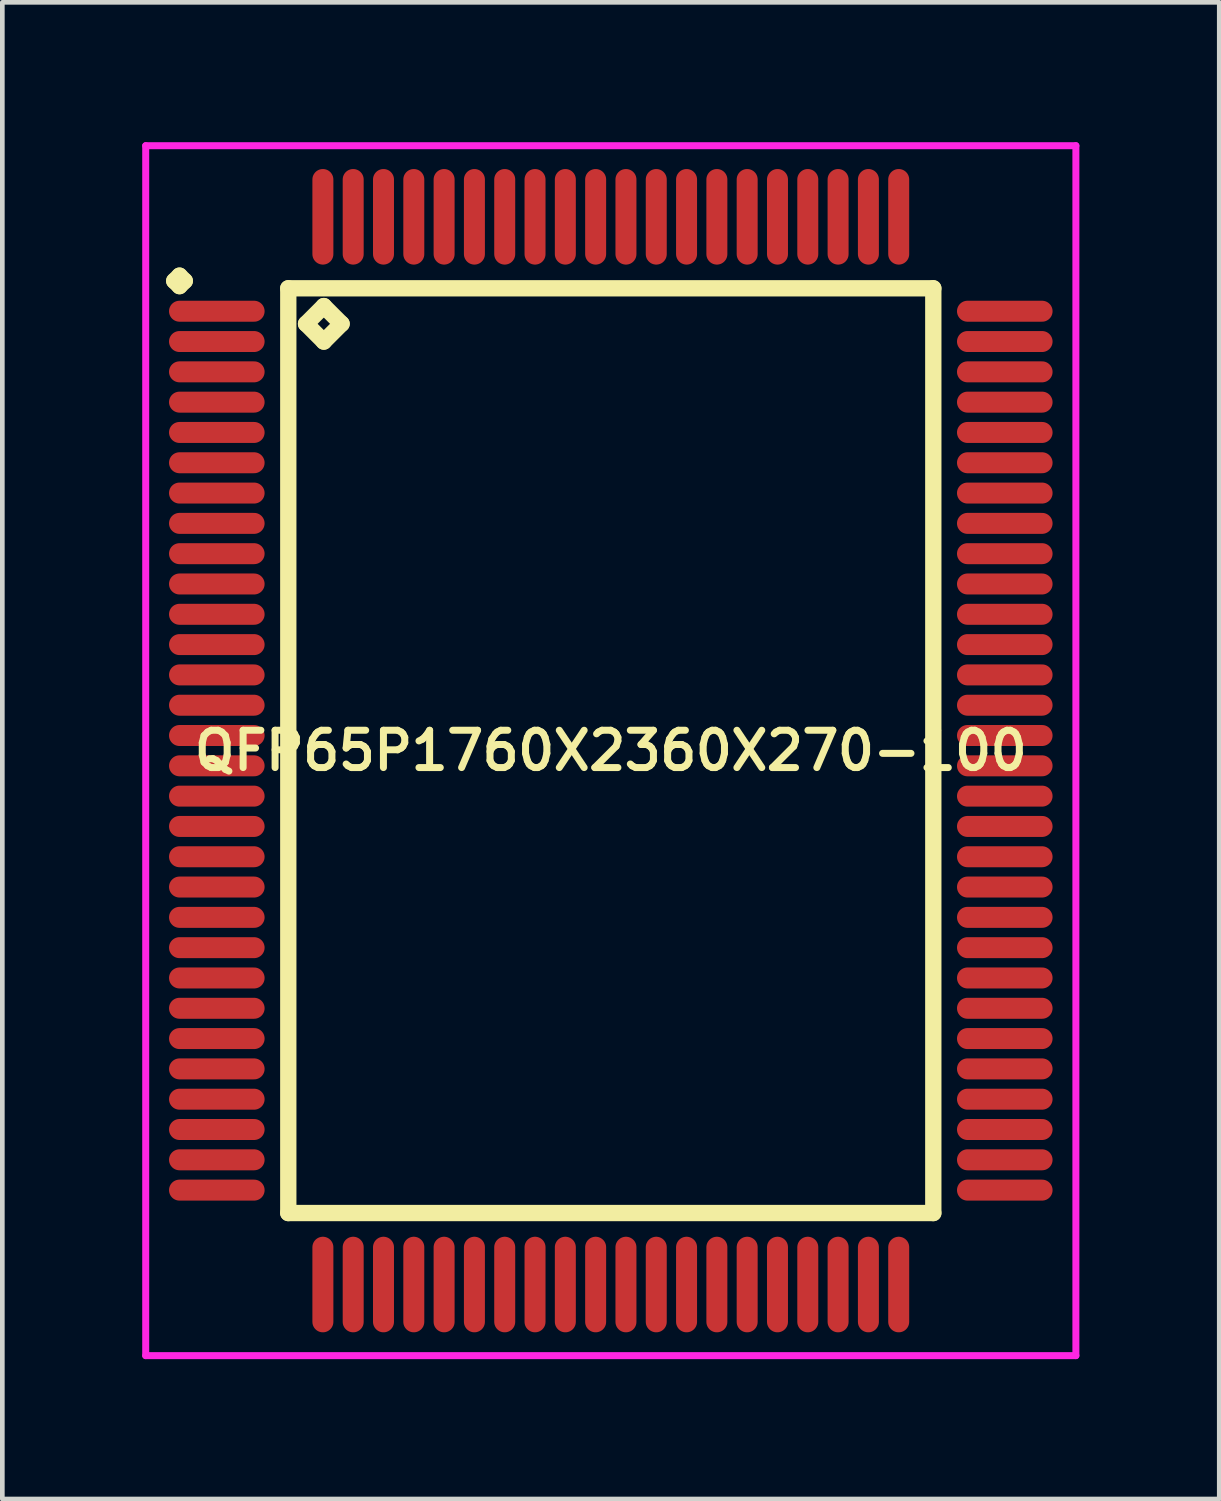
<source format=kicad_pcb>
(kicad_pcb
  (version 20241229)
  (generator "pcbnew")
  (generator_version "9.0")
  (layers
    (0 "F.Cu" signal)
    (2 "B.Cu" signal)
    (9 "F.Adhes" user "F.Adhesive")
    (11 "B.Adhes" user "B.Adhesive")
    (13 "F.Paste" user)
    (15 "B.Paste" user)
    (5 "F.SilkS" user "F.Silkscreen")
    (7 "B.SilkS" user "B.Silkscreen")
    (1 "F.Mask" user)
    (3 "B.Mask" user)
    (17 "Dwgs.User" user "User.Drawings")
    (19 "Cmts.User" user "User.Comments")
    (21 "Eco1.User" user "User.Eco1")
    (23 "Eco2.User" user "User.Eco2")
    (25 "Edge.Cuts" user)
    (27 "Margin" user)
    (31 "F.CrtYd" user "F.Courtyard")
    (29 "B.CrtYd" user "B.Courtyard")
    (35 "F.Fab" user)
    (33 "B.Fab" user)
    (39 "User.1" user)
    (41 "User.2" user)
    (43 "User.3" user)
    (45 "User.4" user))
  (footprint "QFP65P1760X2360X270-100"
    (layer "F.Cu")
    (at 10.05 13.05)
    (property "Reference" "QFP65P1760X2360X270-100" (at 0 0 0) (layer "F.SilkS") (effects (font (size 0.8 0.8) (thickness 0.15))))
    (attr through_hole)
    (fp_line (start -9.363 -10.075) (end -9.25 -10.188) (stroke (width 0.35) (type solid)) (layer "F.SilkS"))
    (fp_line (start -9.25 -10.188) (end -9.137 -10.075) (stroke (width 0.35) (type solid)) (layer "F.SilkS"))
    (fp_line (start -9.25 -9.963) (end -9.363 -10.075) (stroke (width 0.35) (type solid)) (layer "F.SilkS"))
    (fp_line (start -9.137 -10.075) (end -9.25 -9.963) (stroke (width 0.35) (type solid)) (layer "F.SilkS"))
    (fp_line (start -6.917 -9.917) (end -6.917 9.917) (stroke (width 0.35) (type solid)) (layer "F.SilkS"))
    (fp_line (start -6.917 9.917) (end 6.917 9.917) (stroke (width 0.35) (type solid)) (layer "F.SilkS"))
    (fp_line (start -6.536 -9.155) (end -6.155 -9.536) (stroke (width 0.35) (type solid)) (layer "F.SilkS"))
    (fp_line (start -6.155 -9.536) (end -5.774 -9.155) (stroke (width 0.35) (type solid)) (layer "F.SilkS"))
    (fp_line (start -6.155 -8.774) (end -6.536 -9.155) (stroke (width 0.35) (type solid)) (layer "F.SilkS"))
    (fp_line (start -5.774 -9.155) (end -6.155 -8.774) (stroke (width 0.35) (type solid)) (layer "F.SilkS"))
    (fp_line (start 6.917 -9.917) (end -6.917 -9.917) (stroke (width 0.35) (type solid)) (layer "F.SilkS"))
    (fp_line (start 6.917 9.917) (end 6.917 -9.917) (stroke (width 0.35) (type solid)) (layer "F.SilkS"))
    (fp_line (start -9.975 -12.975) (end 9.975 -12.975) (stroke (width 0.15) (type solid)) (layer "F.CrtYd"))
    (fp_line (start -9.975 12.975) (end -9.975 -12.975) (stroke (width 0.15) (type solid)) (layer "F.CrtYd"))
    (fp_line (start 9.975 -12.975) (end 9.975 12.975) (stroke (width 0.15) (type solid)) (layer "F.CrtYd"))
    (fp_line (start 9.975 12.975) (end -9.975 12.975) (stroke (width 0.15) (type solid)) (layer "F.CrtYd"))
    (pad "1" smd oval (at -8.45 -9.425) (size 2.05 0.45) (layers "F.Cu" "F.Mask" "F.Paste"))
    (pad "2" smd oval (at -8.45 -8.775) (size 2.05 0.45) (layers "F.Cu" "F.Mask" "F.Paste"))
    (pad "3" smd oval (at -8.45 -8.125) (size 2.05 0.45) (layers "F.Cu" "F.Mask" "F.Paste"))
    (pad "4" smd oval (at -8.45 -7.475) (size 2.05 0.45) (layers "F.Cu" "F.Mask" "F.Paste"))
    (pad "5" smd oval (at -8.45 -6.825) (size 2.05 0.45) (layers "F.Cu" "F.Mask" "F.Paste"))
    (pad "6" smd oval (at -8.45 -6.175) (size 2.05 0.45) (layers "F.Cu" "F.Mask" "F.Paste"))
    (pad "7" smd oval (at -8.45 -5.525) (size 2.05 0.45) (layers "F.Cu" "F.Mask" "F.Paste"))
    (pad "8" smd oval (at -8.45 -4.875) (size 2.05 0.45) (layers "F.Cu" "F.Mask" "F.Paste"))
    (pad "9" smd oval (at -8.45 -4.225) (size 2.05 0.45) (layers "F.Cu" "F.Mask" "F.Paste"))
    (pad "10" smd oval (at -8.45 -3.575) (size 2.05 0.45) (layers "F.Cu" "F.Mask" "F.Paste"))
    (pad "11" smd oval (at -8.45 -2.925) (size 2.05 0.45) (layers "F.Cu" "F.Mask" "F.Paste"))
    (pad "12" smd oval (at -8.45 -2.275) (size 2.05 0.45) (layers "F.Cu" "F.Mask" "F.Paste"))
    (pad "13" smd oval (at -8.45 -1.625) (size 2.05 0.45) (layers "F.Cu" "F.Mask" "F.Paste"))
    (pad "14" smd oval (at -8.45 -0.975) (size 2.05 0.45) (layers "F.Cu" "F.Mask" "F.Paste"))
    (pad "15" smd oval (at -8.45 -0.325) (size 2.05 0.45) (layers "F.Cu" "F.Mask" "F.Paste"))
    (pad "16" smd oval (at -8.45 0.325) (size 2.05 0.45) (layers "F.Cu" "F.Mask" "F.Paste"))
    (pad "17" smd oval (at -8.45 0.975) (size 2.05 0.45) (layers "F.Cu" "F.Mask" "F.Paste"))
    (pad "18" smd oval (at -8.45 1.625) (size 2.05 0.45) (layers "F.Cu" "F.Mask" "F.Paste"))
    (pad "19" smd oval (at -8.45 2.275) (size 2.05 0.45) (layers "F.Cu" "F.Mask" "F.Paste"))
    (pad "20" smd oval (at -8.45 2.925) (size 2.05 0.45) (layers "F.Cu" "F.Mask" "F.Paste"))
    (pad "21" smd oval (at -8.45 3.575) (size 2.05 0.45) (layers "F.Cu" "F.Mask" "F.Paste"))
    (pad "22" smd oval (at -8.45 4.225) (size 2.05 0.45) (layers "F.Cu" "F.Mask" "F.Paste"))
    (pad "23" smd oval (at -8.45 4.875) (size 2.05 0.45) (layers "F.Cu" "F.Mask" "F.Paste"))
    (pad "24" smd oval (at -8.45 5.525) (size 2.05 0.45) (layers "F.Cu" "F.Mask" "F.Paste"))
    (pad "25" smd oval (at -8.45 6.175) (size 2.05 0.45) (layers "F.Cu" "F.Mask" "F.Paste"))
    (pad "26" smd oval (at -8.45 6.825) (size 2.05 0.45) (layers "F.Cu" "F.Mask" "F.Paste"))
    (pad "27" smd oval (at -8.45 7.475) (size 2.05 0.45) (layers "F.Cu" "F.Mask" "F.Paste"))
    (pad "28" smd oval (at -8.45 8.125) (size 2.05 0.45) (layers "F.Cu" "F.Mask" "F.Paste"))
    (pad "29" smd oval (at -8.45 8.775) (size 2.05 0.45) (layers "F.Cu" "F.Mask" "F.Paste"))
    (pad "30" smd oval (at -8.45 9.425) (size 2.05 0.45) (layers "F.Cu" "F.Mask" "F.Paste"))
    (pad "31" smd oval (at -6.175 11.45) (size 0.45 2.05) (layers "F.Cu" "F.Mask" "F.Paste"))
    (pad "32" smd oval (at -5.525 11.45) (size 0.45 2.05) (layers "F.Cu" "F.Mask" "F.Paste"))
    (pad "33" smd oval (at -4.875 11.45) (size 0.45 2.05) (layers "F.Cu" "F.Mask" "F.Paste"))
    (pad "34" smd oval (at -4.225 11.45) (size 0.45 2.05) (layers "F.Cu" "F.Mask" "F.Paste"))
    (pad "35" smd oval (at -3.575 11.45) (size 0.45 2.05) (layers "F.Cu" "F.Mask" "F.Paste"))
    (pad "36" smd oval (at -2.925 11.45) (size 0.45 2.05) (layers "F.Cu" "F.Mask" "F.Paste"))
    (pad "37" smd oval (at -2.275 11.45) (size 0.45 2.05) (layers "F.Cu" "F.Mask" "F.Paste"))
    (pad "38" smd oval (at -1.625 11.45) (size 0.45 2.05) (layers "F.Cu" "F.Mask" "F.Paste"))
    (pad "39" smd oval (at -0.975 11.45) (size 0.45 2.05) (layers "F.Cu" "F.Mask" "F.Paste"))
    (pad "40" smd oval (at -0.325 11.45) (size 0.45 2.05) (layers "F.Cu" "F.Mask" "F.Paste"))
    (pad "41" smd oval (at 0.325 11.45) (size 0.45 2.05) (layers "F.Cu" "F.Mask" "F.Paste"))
    (pad "42" smd oval (at 0.975 11.45) (size 0.45 2.05) (layers "F.Cu" "F.Mask" "F.Paste"))
    (pad "43" smd oval (at 1.625 11.45) (size 0.45 2.05) (layers "F.Cu" "F.Mask" "F.Paste"))
    (pad "44" smd oval (at 2.275 11.45) (size 0.45 2.05) (layers "F.Cu" "F.Mask" "F.Paste"))
    (pad "45" smd oval (at 2.925 11.45) (size 0.45 2.05) (layers "F.Cu" "F.Mask" "F.Paste"))
    (pad "46" smd oval (at 3.575 11.45) (size 0.45 2.05) (layers "F.Cu" "F.Mask" "F.Paste"))
    (pad "47" smd oval (at 4.225 11.45) (size 0.45 2.05) (layers "F.Cu" "F.Mask" "F.Paste"))
    (pad "48" smd oval (at 4.875 11.45) (size 0.45 2.05) (layers "F.Cu" "F.Mask" "F.Paste"))
    (pad "49" smd oval (at 5.525 11.45) (size 0.45 2.05) (layers "F.Cu" "F.Mask" "F.Paste"))
    (pad "50" smd oval (at 6.175 11.45) (size 0.45 2.05) (layers "F.Cu" "F.Mask" "F.Paste"))
    (pad "51" smd oval (at 8.45 9.425) (size 2.05 0.45) (layers "F.Cu" "F.Mask" "F.Paste"))
    (pad "52" smd oval (at 8.45 8.775) (size 2.05 0.45) (layers "F.Cu" "F.Mask" "F.Paste"))
    (pad "53" smd oval (at 8.45 8.125) (size 2.05 0.45) (layers "F.Cu" "F.Mask" "F.Paste"))
    (pad "54" smd oval (at 8.45 7.475) (size 2.05 0.45) (layers "F.Cu" "F.Mask" "F.Paste"))
    (pad "55" smd oval (at 8.45 6.825) (size 2.05 0.45) (layers "F.Cu" "F.Mask" "F.Paste"))
    (pad "56" smd oval (at 8.45 6.175) (size 2.05 0.45) (layers "F.Cu" "F.Mask" "F.Paste"))
    (pad "57" smd oval (at 8.45 5.525) (size 2.05 0.45) (layers "F.Cu" "F.Mask" "F.Paste"))
    (pad "58" smd oval (at 8.45 4.875) (size 2.05 0.45) (layers "F.Cu" "F.Mask" "F.Paste"))
    (pad "59" smd oval (at 8.45 4.225) (size 2.05 0.45) (layers "F.Cu" "F.Mask" "F.Paste"))
    (pad "60" smd oval (at 8.45 3.575) (size 2.05 0.45) (layers "F.Cu" "F.Mask" "F.Paste"))
    (pad "61" smd oval (at 8.45 2.925) (size 2.05 0.45) (layers "F.Cu" "F.Mask" "F.Paste"))
    (pad "62" smd oval (at 8.45 2.275) (size 2.05 0.45) (layers "F.Cu" "F.Mask" "F.Paste"))
    (pad "63" smd oval (at 8.45 1.625) (size 2.05 0.45) (layers "F.Cu" "F.Mask" "F.Paste"))
    (pad "64" smd oval (at 8.45 0.975) (size 2.05 0.45) (layers "F.Cu" "F.Mask" "F.Paste"))
    (pad "65" smd oval (at 8.45 0.325) (size 2.05 0.45) (layers "F.Cu" "F.Mask" "F.Paste"))
    (pad "66" smd oval (at 8.45 -0.325) (size 2.05 0.45) (layers "F.Cu" "F.Mask" "F.Paste"))
    (pad "67" smd oval (at 8.45 -0.975) (size 2.05 0.45) (layers "F.Cu" "F.Mask" "F.Paste"))
    (pad "68" smd oval (at 8.45 -1.625) (size 2.05 0.45) (layers "F.Cu" "F.Mask" "F.Paste"))
    (pad "69" smd oval (at 8.45 -2.275) (size 2.05 0.45) (layers "F.Cu" "F.Mask" "F.Paste"))
    (pad "70" smd oval (at 8.45 -2.925) (size 2.05 0.45) (layers "F.Cu" "F.Mask" "F.Paste"))
    (pad "71" smd oval (at 8.45 -3.575) (size 2.05 0.45) (layers "F.Cu" "F.Mask" "F.Paste"))
    (pad "72" smd oval (at 8.45 -4.225) (size 2.05 0.45) (layers "F.Cu" "F.Mask" "F.Paste"))
    (pad "73" smd oval (at 8.45 -4.875) (size 2.05 0.45) (layers "F.Cu" "F.Mask" "F.Paste"))
    (pad "74" smd oval (at 8.45 -5.525) (size 2.05 0.45) (layers "F.Cu" "F.Mask" "F.Paste"))
    (pad "75" smd oval (at 8.45 -6.175) (size 2.05 0.45) (layers "F.Cu" "F.Mask" "F.Paste"))
    (pad "76" smd oval (at 8.45 -6.825) (size 2.05 0.45) (layers "F.Cu" "F.Mask" "F.Paste"))
    (pad "77" smd oval (at 8.45 -7.475) (size 2.05 0.45) (layers "F.Cu" "F.Mask" "F.Paste"))
    (pad "78" smd oval (at 8.45 -8.125) (size 2.05 0.45) (layers "F.Cu" "F.Mask" "F.Paste"))
    (pad "79" smd oval (at 8.45 -8.775) (size 2.05 0.45) (layers "F.Cu" "F.Mask" "F.Paste"))
    (pad "80" smd oval (at 8.45 -9.425) (size 2.05 0.45) (layers "F.Cu" "F.Mask" "F.Paste"))
    (pad "81" smd oval (at 6.175 -11.45) (size 0.45 2.05) (layers "F.Cu" "F.Mask" "F.Paste"))
    (pad "82" smd oval (at 5.525 -11.45) (size 0.45 2.05) (layers "F.Cu" "F.Mask" "F.Paste"))
    (pad "83" smd oval (at 4.875 -11.45) (size 0.45 2.05) (layers "F.Cu" "F.Mask" "F.Paste"))
    (pad "84" smd oval (at 4.225 -11.45) (size 0.45 2.05) (layers "F.Cu" "F.Mask" "F.Paste"))
    (pad "85" smd oval (at 3.575 -11.45) (size 0.45 2.05) (layers "F.Cu" "F.Mask" "F.Paste"))
    (pad "86" smd oval (at 2.925 -11.45) (size 0.45 2.05) (layers "F.Cu" "F.Mask" "F.Paste"))
    (pad "87" smd oval (at 2.275 -11.45) (size 0.45 2.05) (layers "F.Cu" "F.Mask" "F.Paste"))
    (pad "88" smd oval (at 1.625 -11.45) (size 0.45 2.05) (layers "F.Cu" "F.Mask" "F.Paste"))
    (pad "89" smd oval (at 0.975 -11.45) (size 0.45 2.05) (layers "F.Cu" "F.Mask" "F.Paste"))
    (pad "90" smd oval (at 0.325 -11.45) (size 0.45 2.05) (layers "F.Cu" "F.Mask" "F.Paste"))
    (pad "91" smd oval (at -0.325 -11.45) (size 0.45 2.05) (layers "F.Cu" "F.Mask" "F.Paste"))
    (pad "92" smd oval (at -0.975 -11.45) (size 0.45 2.05) (layers "F.Cu" "F.Mask" "F.Paste"))
    (pad "93" smd oval (at -1.625 -11.45) (size 0.45 2.05) (layers "F.Cu" "F.Mask" "F.Paste"))
    (pad "94" smd oval (at -2.275 -11.45) (size 0.45 2.05) (layers "F.Cu" "F.Mask" "F.Paste"))
    (pad "95" smd oval (at -2.925 -11.45) (size 0.45 2.05) (layers "F.Cu" "F.Mask" "F.Paste"))
    (pad "96" smd oval (at -3.575 -11.45) (size 0.45 2.05) (layers "F.Cu" "F.Mask" "F.Paste"))
    (pad "97" smd oval (at -4.225 -11.45) (size 0.45 2.05) (layers "F.Cu" "F.Mask" "F.Paste"))
    (pad "98" smd oval (at -4.875 -11.45) (size 0.45 2.05) (layers "F.Cu" "F.Mask" "F.Paste"))
    (pad "99" smd oval (at -5.525 -11.45) (size 0.45 2.05) (layers "F.Cu" "F.Mask" "F.Paste"))
    (pad "100" smd oval (at -6.175 -11.45) (size 0.45 2.05) (layers "F.Cu" "F.Mask" "F.Paste")))
  (gr_rect
    (start -3 -3)
    (end 23.1 29.1)
    (stroke (width 0.1) (type default))
    (fill no)
    (layer "Edge.Cuts")))
</source>
